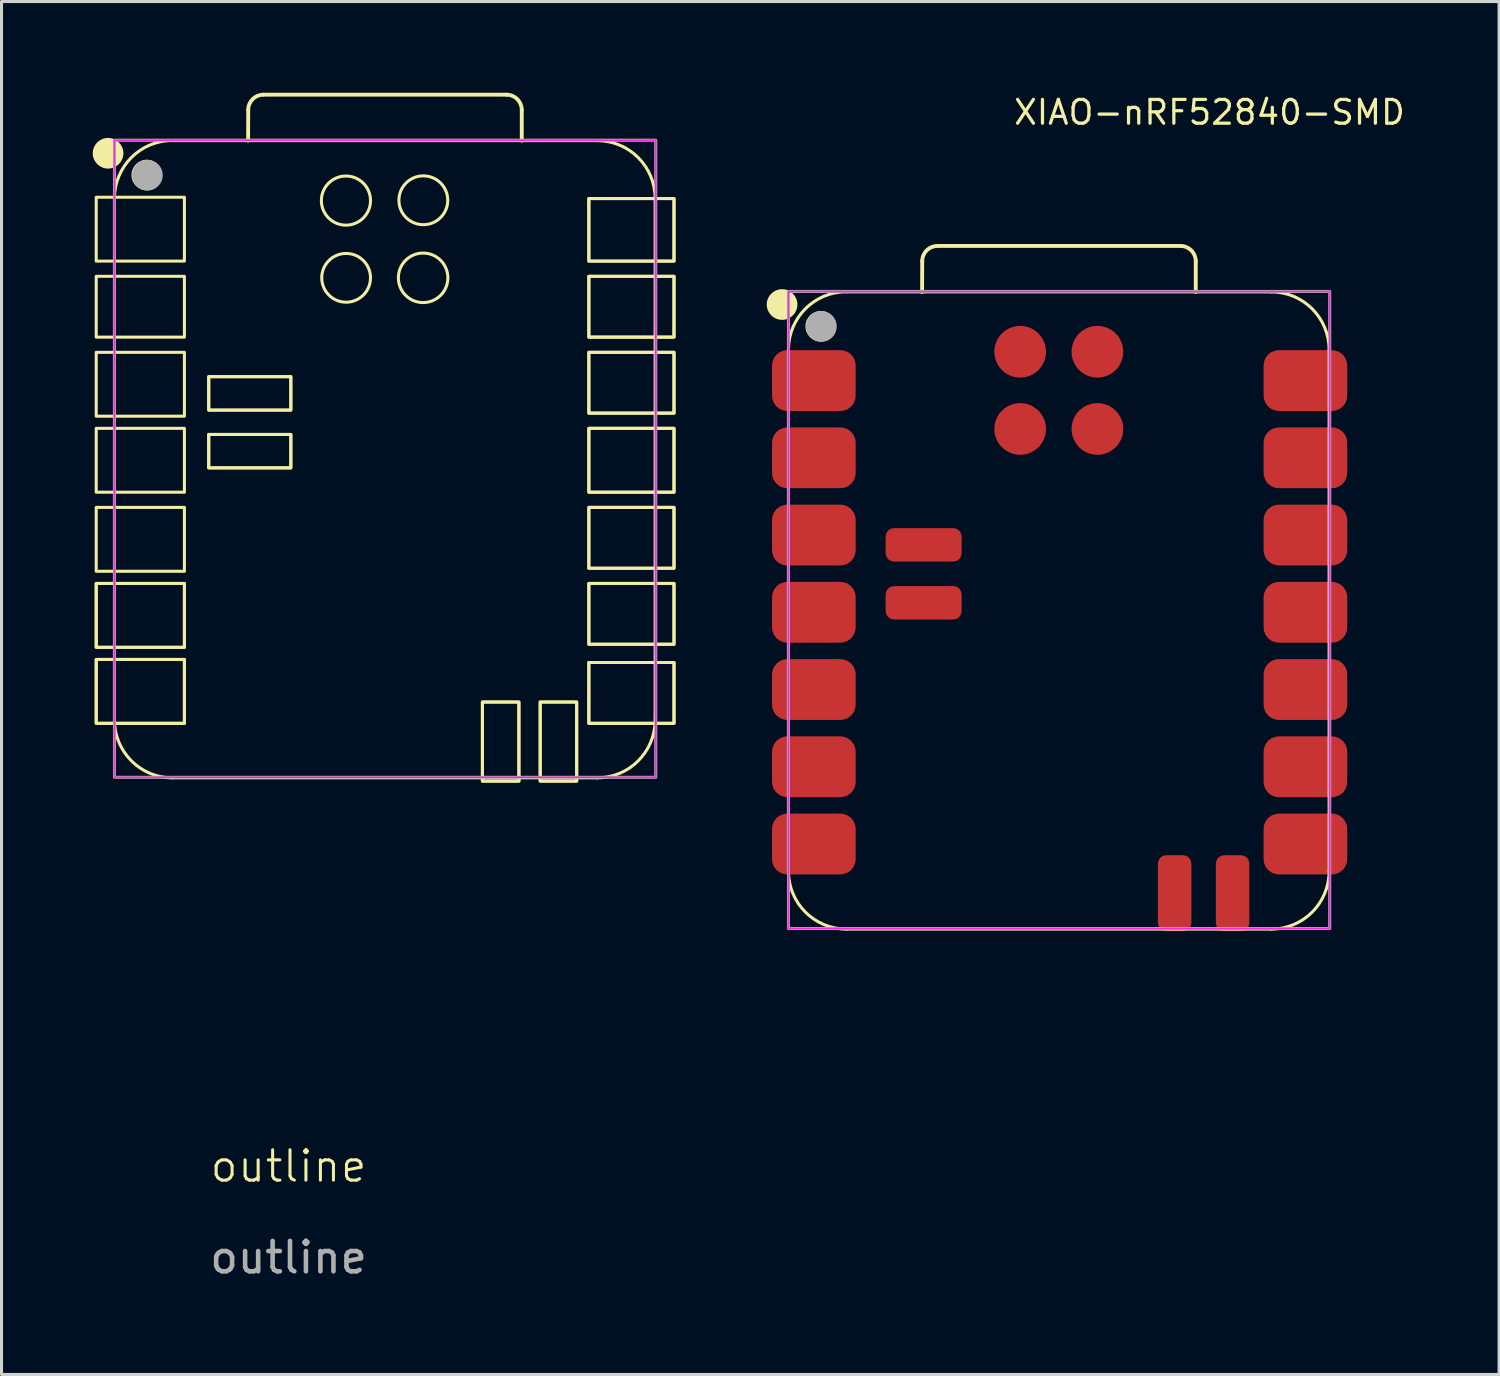
<source format=kicad_pcb>
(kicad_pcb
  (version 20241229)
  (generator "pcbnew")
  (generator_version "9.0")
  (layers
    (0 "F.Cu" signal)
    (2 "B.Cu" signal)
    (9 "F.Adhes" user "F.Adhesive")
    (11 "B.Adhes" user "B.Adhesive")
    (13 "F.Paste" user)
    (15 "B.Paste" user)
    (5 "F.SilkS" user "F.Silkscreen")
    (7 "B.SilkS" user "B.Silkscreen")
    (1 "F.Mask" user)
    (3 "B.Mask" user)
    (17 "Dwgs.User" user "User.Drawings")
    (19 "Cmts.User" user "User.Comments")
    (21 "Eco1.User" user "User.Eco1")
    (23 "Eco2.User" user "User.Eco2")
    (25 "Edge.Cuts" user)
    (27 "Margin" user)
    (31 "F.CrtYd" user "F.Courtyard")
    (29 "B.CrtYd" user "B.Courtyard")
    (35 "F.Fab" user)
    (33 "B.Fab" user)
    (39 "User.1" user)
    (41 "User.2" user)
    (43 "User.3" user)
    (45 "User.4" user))
  (footprint "XIAO-nRF52840-SMD"
    (layer "F.Cu")
    (at 31.778 17.01)
    (property "Reference" "XIAO-nRF52840-SMD" (at -1.548 -15.908 0) (layer "F.SilkS") (effects (font (size 0.782 0.782) (thickness 0.107)) (justify left bottom)))
    (fp_line (start -8.9 8.588) (end -8.9 -8.557) (stroke (width 0.1) (type solid)) (layer "F.SilkS"))
    (fp_line (start -6.995 10.493) (end 6.975 10.493) (stroke (width 0.1) (type solid)) (layer "F.SilkS"))
    (fp_line (start -4.505 -10.462) (end -4.501 -11.472) (stroke (width 0.127) (type solid)) (layer "F.SilkS"))
    (fp_line (start -4.001 -11.972) (end 3.994 -11.972) (stroke (width 0.127) (type solid)) (layer "F.SilkS"))
    (fp_line (start 4.494 -11.472) (end 4.494 -10.462) (stroke (width 0.127) (type solid)) (layer "F.SilkS"))
    (fp_line (start 6.975 -10.462) (end -6.995 -10.462) (stroke (width 0.1) (type solid)) (layer "F.SilkS"))
    (fp_line (start 8.88 8.588) (end 8.88 -8.557) (stroke (width 0.1) (type solid)) (layer "F.SilkS"))
    (fp_arc (start -8.9 -8.561) (mid -8.342038 -9.908038) (end -6.995 -10.466) (stroke (width 0.1) (type solid)) (layer "F.SilkS"))
    (fp_arc (start -6.995 10.493) (mid -8.342038 9.935038) (end -8.9 8.588) (stroke (width 0.1) (type solid)) (layer "F.SilkS"))
    (fp_arc (start -4.501272 -11.472272) (mid -4.354724 -11.825644) (end -4.001272 -11.972) (stroke (width 0.127) (type default)) (layer "F.SilkS"))
    (fp_arc (start 3.994 -11.972) (mid 4.347531 -11.825546) (end 4.494 -11.472) (stroke (width 0.127) (type default)) (layer "F.SilkS"))
    (fp_arc (start 6.975 -10.462) (mid 8.322016 -9.904031) (end 8.88 -8.557) (stroke (width 0.1) (type solid)) (layer "F.SilkS"))
    (fp_arc (start 8.88 8.588) (mid 8.322038 9.935039) (end 6.975 10.493) (stroke (width 0.1) (type solid)) (layer "F.SilkS"))
    (fp_circle (center -9.11 -10.046) (end -9.11 -10.3) (stroke (width 0.5) (type solid)) (fill yes) (layer "F.SilkS"))
    (fp_circle (center -7.836 -9.329) (end -7.836 -9.583) (stroke (width 0.5) (type solid)) (fill yes) (layer "F.SilkS"))
    (fp_rect (start -8.9 -10.475) (end 8.9 10.475) (stroke (width 0.05) (type default)) (fill no) (layer "F.CrtYd"))
    (fp_rect (start -8.9 -10.475) (end 8.9 10.475) (stroke (width 0.1) (type default)) (fill no) (layer "F.Fab"))
    (fp_circle (center -7.816 -9.325) (end -7.816 -9.579) (stroke (width 0.5) (type solid)) (fill no) (layer "F.Fab"))
    (pad "1" smd roundrect (at -8.065 -7.545) (size 2.75 2) (layers "F.Cu" "F.Mask" "F.Paste") (roundrect_rratio 0.25))
    (pad "2" smd roundrect (at -8.065 -5.005) (size 2.75 2) (layers "F.Cu" "F.Mask" "F.Paste") (roundrect_rratio 0.25))
    (pad "3" smd roundrect (at -8.065 -2.465) (size 2.75 2) (layers "F.Cu" "F.Mask" "F.Paste") (roundrect_rratio 0.25))
    (pad "4" smd roundrect (at -8.065 0.075) (size 2.75 2) (layers "F.Cu" "F.Mask" "F.Paste") (roundrect_rratio 0.25))
    (pad "5" smd roundrect (at -8.065 2.615) (size 2.75 2) (layers "F.Cu" "F.Mask" "F.Paste") (roundrect_rratio 0.25))
    (pad "6" smd roundrect (at -8.065 5.155) (size 2.75 2) (layers "F.Cu" "F.Mask" "F.Paste") (roundrect_rratio 0.25))
    (pad "7" smd roundrect (at -8.065 7.695) (size 2.75 2) (layers "F.Cu" "F.Mask" "F.Paste") (roundrect_rratio 0.25))
    (pad "8" smd roundrect (at 8.1 7.695) (size 2.75 2) (layers "F.Cu" "F.Mask" "F.Paste") (roundrect_rratio 0.25))
    (pad "9" smd roundrect (at 8.1 5.155) (size 2.75 2) (layers "F.Cu" "F.Mask" "F.Paste") (roundrect_rratio 0.25))
    (pad "10" smd roundrect (at 8.1 2.615) (size 2.75 2) (layers "F.Cu" "F.Mask" "F.Paste") (roundrect_rratio 0.25))
    (pad "11" smd roundrect (at 8.1 0.075) (size 2.75 2) (layers "F.Cu" "F.Mask" "F.Paste") (roundrect_rratio 0.25))
    (pad "12" smd roundrect (at 8.1 -2.465) (size 2.75 2) (layers "F.Cu" "F.Mask" "F.Paste") (roundrect_rratio 0.25))
    (pad "13" smd roundrect (at 8.1 -5.005) (size 2.75 2) (layers "F.Cu" "F.Mask" "F.Paste") (roundrect_rratio 0.25))
    (pad "14" smd roundrect (at 8.1 -7.545) (size 2.75 2) (layers "F.Cu" "F.Mask" "F.Paste") (roundrect_rratio 0.25))
    (pad "15" smd roundrect (at -4.455 -0.238 180) (size 2.5 1.1) (layers "F.Cu" "F.Mask" "F.Paste") (roundrect_rratio 0.25))
    (pad "16" smd roundrect (at -4.455 -2.143 180) (size 2.5 1.1) (layers "F.Cu" "F.Mask" "F.Paste") (roundrect_rratio 0.25))
    (pad "17" smd roundrect (at 3.8 9.312 270) (size 2.5 1.1) (layers "F.Cu" "F.Mask" "F.Paste") (roundrect_rratio 0.25))
    (pad "18" smd roundrect (at 5.705 9.312 270) (size 2.5 1.1) (layers "F.Cu" "F.Mask" "F.Paste") (roundrect_rratio 0.25))
    (pad "19" smd circle (at -1.28 -8.493) (size 1.7 1.7) (layers "F.Cu" "F.Mask" "F.Paste"))
    (pad "20" smd circle (at 1.26 -8.493) (size 1.7 1.7) (layers "F.Cu" "F.Mask" "F.Paste"))
    (pad "21" smd circle (at -1.28 -5.954) (size 1.7 1.7) (layers "F.Cu" "F.Mask" "F.Paste"))
    (pad "22" smd circle (at 1.26 -5.954) (size 1.7 1.7) (layers "F.Cu" "F.Mask" "F.Paste")))
  (footprint "outline"
    (layer "F.Cu")
    (at 9.614 12.036)
    (property "Reference" "outline" (at -3.175 23.265 0) (unlocked yes) (layer "F.SilkS") (effects (font (size 1 1) (thickness 0.1))))
    (fp_line (start -8.9 8.588) (end -8.9 -8.557) (stroke (width 0.1) (type solid)) (layer "F.SilkS"))
    (fp_line (start -6.995 10.493) (end 6.975 10.493) (stroke (width 0.1) (type solid)) (layer "F.SilkS"))
    (fp_line (start -4.505 -10.462) (end -4.501 -11.472) (stroke (width 0.127) (type solid)) (layer "F.SilkS"))
    (fp_line (start -4.001 -11.972) (end 3.994 -11.972) (stroke (width 0.127) (type solid)) (layer "F.SilkS"))
    (fp_line (start 4.494 -11.472) (end 4.494 -10.462) (stroke (width 0.127) (type solid)) (layer "F.SilkS"))
    (fp_line (start 6.975 -10.462) (end -6.995 -10.462) (stroke (width 0.1) (type solid)) (layer "F.SilkS"))
    (fp_line (start 8.88 8.588) (end 8.88 -8.557) (stroke (width 0.1) (type solid)) (layer "F.SilkS"))
    (fp_rect (start -9.5 -8.6) (end -6.6 -6.5) (stroke (width 0.1) (type default)) (fill no) (layer "F.SilkS"))
    (fp_rect (start -9.5 -6) (end -6.6 -4) (stroke (width 0.1) (type default)) (fill no) (layer "F.SilkS"))
    (fp_rect (start -9.5 -3.5) (end -6.6 -1.4) (stroke (width 0.1) (type default)) (fill no) (layer "F.SilkS"))
    (fp_rect (start -9.5 -1) (end -6.6 1.1) (stroke (width 0.1) (type default)) (fill no) (layer "F.SilkS"))
    (fp_rect (start -9.5 1.6) (end -6.6 3.7) (stroke (width 0.1) (type default)) (fill no) (layer "F.SilkS"))
    (fp_rect (start -9.5 4.1) (end -6.6 6.2) (stroke (width 0.1) (type default)) (fill no) (layer "F.SilkS"))
    (fp_rect (start -9.5 4.1) (end -6.6 6.2) (stroke (width 0.1) (type default)) (fill no) (layer "F.SilkS"))
    (fp_rect (start -9.5 6.6) (end -6.6 8.7) (stroke (width 0.1) (type default)) (fill no) (layer "F.SilkS"))
    (fp_rect (start -9.5 6.6) (end -6.6 8.7) (stroke (width 0.1) (type default)) (fill no) (layer "F.SilkS"))
    (fp_rect (start -5.8 -2.7) (end -3.1 -1.6) (stroke (width 0.1) (type default)) (fill no) (layer "F.SilkS"))
    (fp_rect (start -5.8 -2.7) (end -3.1 -1.6) (stroke (width 0.1) (type default)) (fill no) (layer "F.SilkS"))
    (fp_rect (start -5.8 -0.8) (end -3.1 0.3) (stroke (width 0.1) (type default)) (fill no) (layer "F.SilkS"))
    (fp_rect (start -5.8 -0.8) (end -3.1 0.3) (stroke (width 0.1) (type default)) (fill no) (layer "F.SilkS"))
    (fp_rect (start 3.2 8) (end 4.4 10.6) (stroke (width 0.1) (type default)) (fill no) (layer "F.SilkS"))
    (fp_rect (start 3.2 8) (end 4.4 10.6) (stroke (width 0.1) (type default)) (fill no) (layer "F.SilkS"))
    (fp_rect (start 5.1 8) (end 6.3 10.6) (stroke (width 0.1) (type default)) (fill no) (layer "F.SilkS"))
    (fp_rect (start 5.1 8) (end 6.3 10.6) (stroke (width 0.1) (type default)) (fill no) (layer "F.SilkS"))
    (fp_rect (start 6.7 -8.557) (end 9.5 -6.5) (stroke (width 0.1) (type default)) (fill no) (layer "F.SilkS"))
    (fp_rect (start 6.7 -8.557) (end 9.5 -6.5) (stroke (width 0.1) (type default)) (fill no) (layer "F.SilkS"))
    (fp_rect (start 6.7 -6) (end 9.5 -4) (stroke (width 0.1) (type default)) (fill no) (layer "F.SilkS"))
    (fp_rect (start 6.7 -6) (end 9.5 -4) (stroke (width 0.1) (type default)) (fill no) (layer "F.SilkS"))
    (fp_rect (start 6.7 -3.5) (end 9.5 -1.5) (stroke (width 0.1) (type default)) (fill no) (layer "F.SilkS"))
    (fp_rect (start 6.7 -3.5) (end 9.5 -1.5) (stroke (width 0.1) (type default)) (fill no) (layer "F.SilkS"))
    (fp_rect (start 6.7 -1) (end 9.5 1.1) (stroke (width 0.1) (type default)) (fill no) (layer "F.SilkS"))
    (fp_rect (start 6.7 -1) (end 9.5 1.1) (stroke (width 0.1) (type default)) (fill no) (layer "F.SilkS"))
    (fp_rect (start 6.7 1.6) (end 9.5 3.6) (stroke (width 0.1) (type default)) (fill no) (layer "F.SilkS"))
    (fp_rect (start 6.7 1.6) (end 9.5 3.6) (stroke (width 0.1) (type default)) (fill no) (layer "F.SilkS"))
    (fp_rect (start 6.7 4.1) (end 9.5 6.1) (stroke (width 0.1) (type default)) (fill no) (layer "F.SilkS"))
    (fp_rect (start 6.7 4.1) (end 9.5 6.1) (stroke (width 0.1) (type default)) (fill no) (layer "F.SilkS"))
    (fp_rect (start 6.7 6.7) (end 9.5 8.7) (stroke (width 0.1) (type default)) (fill no) (layer "F.SilkS"))
    (fp_rect (start 6.7 6.7) (end 9.5 8.7) (stroke (width 0.1) (type default)) (fill no) (layer "F.SilkS"))
    (fp_arc (start -8.9 -8.561) (mid -8.342038 -9.908038) (end -6.995 -10.466) (stroke (width 0.1) (type solid)) (layer "F.SilkS"))
    (fp_arc (start -6.995 10.493) (mid -8.342038 9.935038) (end -8.9 8.588) (stroke (width 0.1) (type solid)) (layer "F.SilkS"))
    (fp_arc (start -4.501272 -11.472272) (mid -4.354724 -11.825644) (end -4.001272 -11.972) (stroke (width 0.127) (type default)) (layer "F.SilkS"))
    (fp_arc (start 3.994 -11.972) (mid 4.347524 -11.825524) (end 4.494 -11.472) (stroke (width 0.127) (type default)) (layer "F.SilkS"))
    (fp_arc (start 6.975 -10.462) (mid 8.322024 -9.904024) (end 8.88 -8.557) (stroke (width 0.1) (type solid)) (layer "F.SilkS"))
    (fp_arc (start 8.88 8.588) (mid 8.322038 9.935038) (end 6.975 10.493) (stroke (width 0.1) (type solid)) (layer "F.SilkS"))
    (fp_circle (center -9.11 -10.046) (end -9.11 -10.3) (stroke (width 0.5) (type solid)) (fill yes) (layer "F.SilkS"))
    (fp_circle (center -7.836 -9.329) (end -7.836 -9.583) (stroke (width 0.5) (type solid)) (fill yes) (layer "F.SilkS"))
    (fp_circle (center -1.288 -8.49) (end -0.483 -8.42) (stroke (width 0.1) (type default)) (fill no) (layer "F.SilkS"))
    (fp_circle (center -1.282 -5.95) (end -0.482 -5.9) (stroke (width 0.1) (type default)) (fill no) (layer "F.SilkS"))
    (fp_circle (center 1.25 -5.95) (end 2.05 -5.8) (stroke (width 0.1) (type default)) (fill no) (layer "F.SilkS"))
    (fp_circle (center 1.257 -8.5) (end 2.037 -8.31) (stroke (width 0.1) (type default)) (fill no) (layer "F.SilkS"))
    (fp_rect (start -8.9 -10.475) (end 8.9 10.475) (stroke (width 0.05) (type default)) (fill no) (layer "F.CrtYd"))
    (fp_rect (start -8.9 -10.475) (end 8.9 10.475) (stroke (width 0.1) (type default)) (fill no) (layer "F.Fab"))
    (fp_circle (center -7.816 -9.325) (end -7.816 -9.579) (stroke (width 0.5) (type solid)) (fill no) (layer "F.Fab"))
    (fp_text user "${REFERENCE}" (at -3.175 26.265 0) (unlocked yes) (layer "F.Fab") (effects (font (size 1 1) (thickness 0.15)))))
  (gr_rect
    (start -3 -3)
    (end 46.246 42.149)
    (stroke (width 0.1) (type default))
    (fill no)
    (layer "Edge.Cuts")))
</source>
